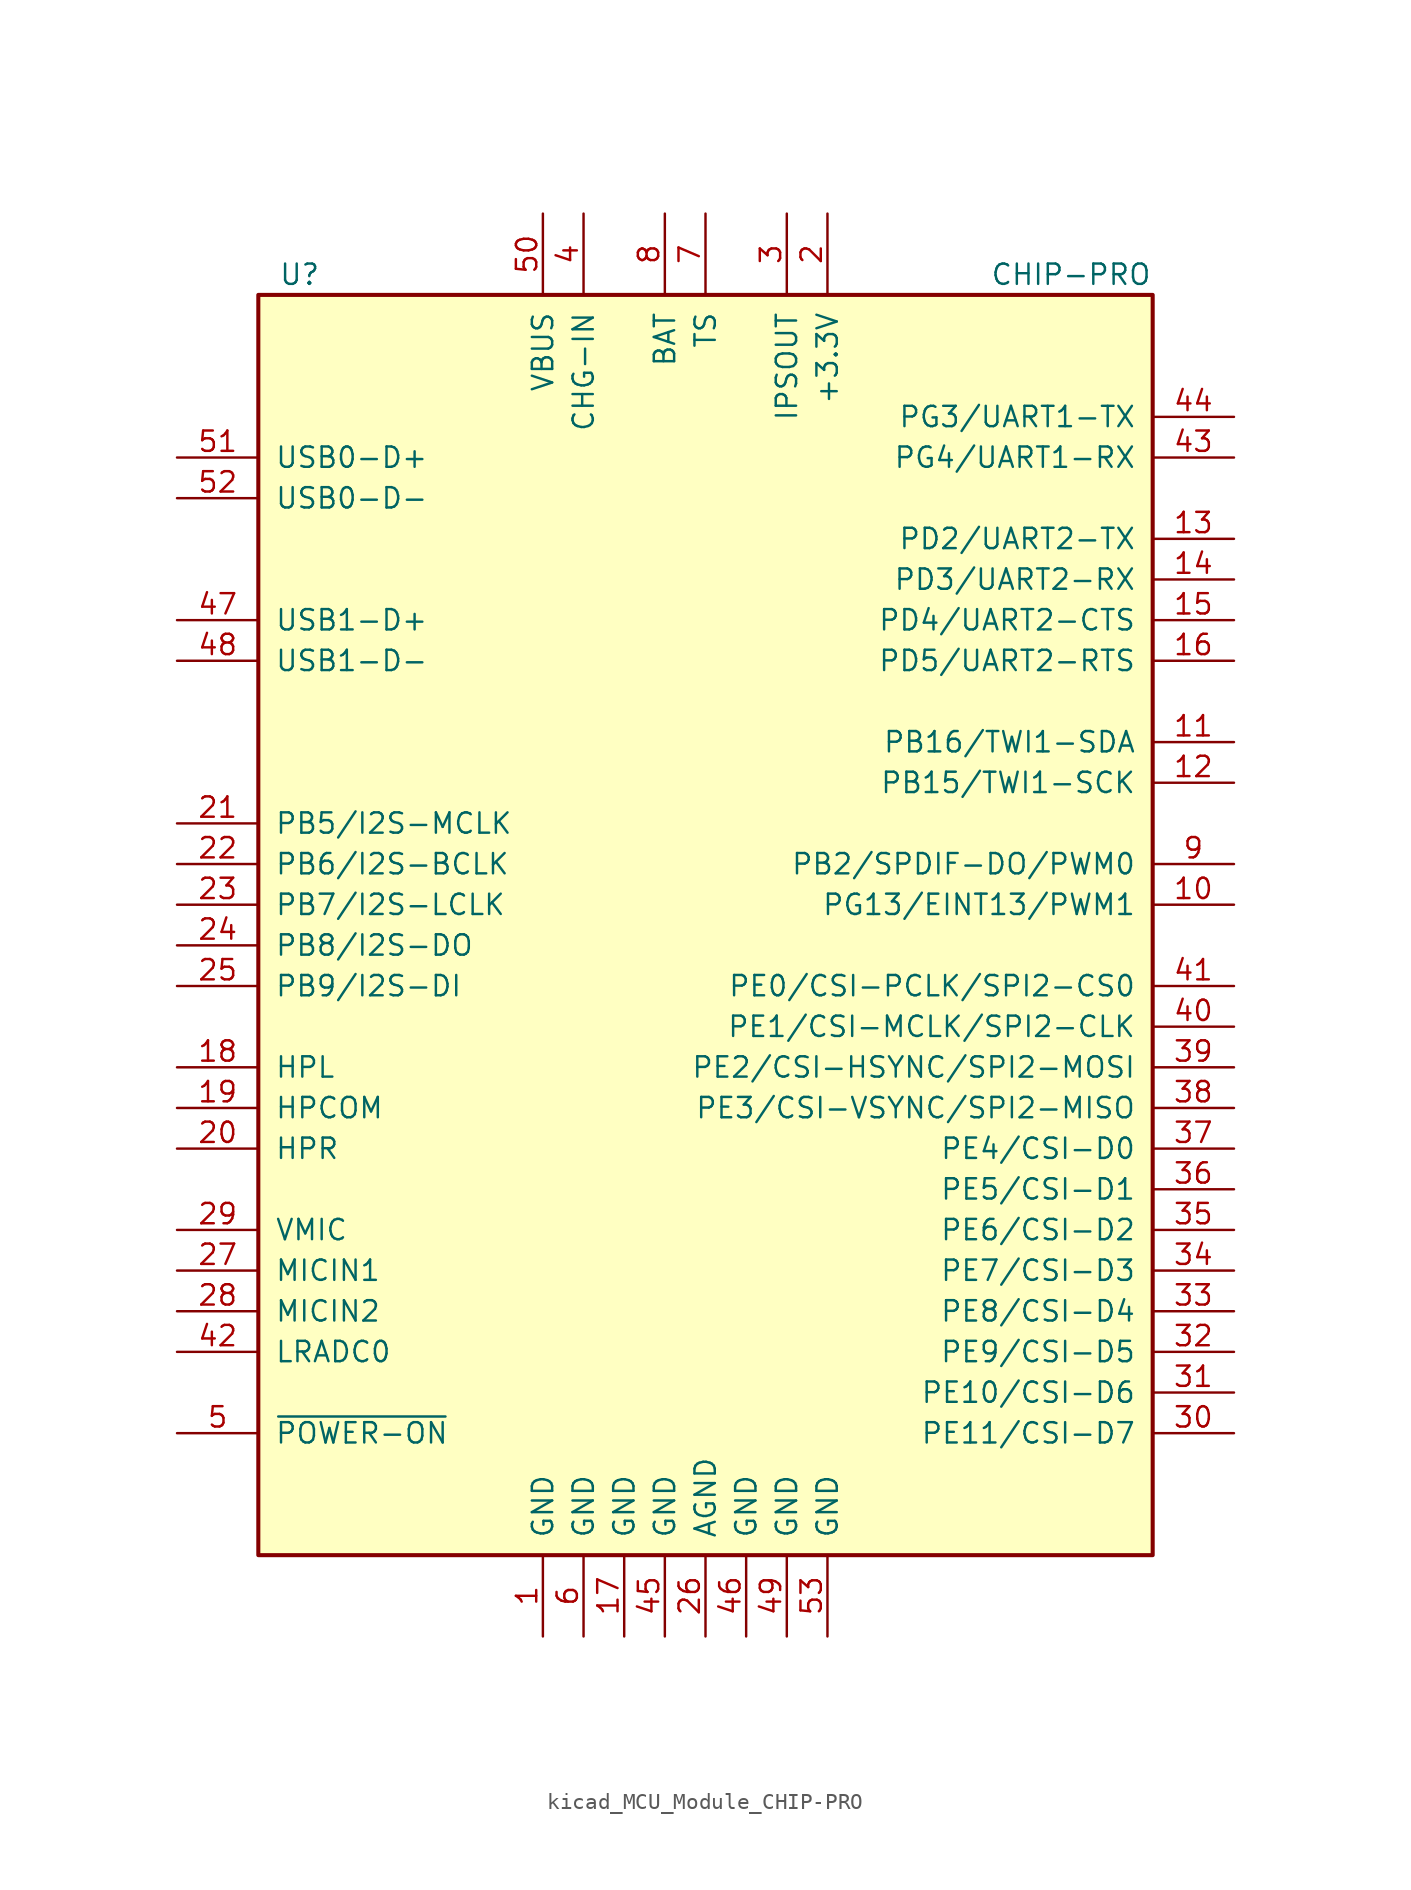
<source format=kicad_sym>
(kicad_symbol_lib
  (version 20220914)
  (generator kicad_symbol_editor)
  (symbol "kicad_MCU_Module_CHIP-PRO"
    (pin_names
      (offset 1.016))
    (property "Reference" "U"
      (at -26.67 39.37 0)
      (effects (font (size 1.27 1.27)) (justify left)))
    (property "Value" "CHIP-PRO"
      (at 17.78 39.37 0)
      (effects (font (size 1.27 1.27)) (justify left)))
    (symbol "kicad_MCU_Module_CHIP-PRO_0_1"
      (rectangle (start -27.94 38.1) (end 27.94 -40.64) (stroke (width 0.254) (type default)) (fill (type background))))
    (symbol "kicad_MCU_Module_CHIP-PRO_1_1"
      (pin power_in line (at -10.16 -45.72 90) (length 5.08) (name "GND" (effects (font (size 1.27 1.27)))) (number "1" (effects (font (size 1.27 1.27)))))
      (pin bidirectional line (at 33.02 0 180) (length 5.08) (name "PG13/EINT13/PWM1" (effects (font (size 1.27 1.27)))) (number "10" (effects (font (size 1.27 1.27)))))
      (pin bidirectional line (at 33.02 10.16 180) (length 5.08) (name "PB16/TWI1-SDA" (effects (font (size 1.27 1.27)))) (number "11" (effects (font (size 1.27 1.27)))))
      (pin bidirectional line (at 33.02 7.62 180) (length 5.08) (name "PB15/TWI1-SCK" (effects (font (size 1.27 1.27)))) (number "12" (effects (font (size 1.27 1.27)))))
      (pin bidirectional line (at 33.02 22.86 180) (length 5.08) (name "PD2/UART2-TX" (effects (font (size 1.27 1.27)))) (number "13" (effects (font (size 1.27 1.27)))))
      (pin bidirectional line (at 33.02 20.32 180) (length 5.08) (name "PD3/UART2-RX" (effects (font (size 1.27 1.27)))) (number "14" (effects (font (size 1.27 1.27)))))
      (pin bidirectional line (at 33.02 17.78 180) (length 5.08) (name "PD4/UART2-CTS" (effects (font (size 1.27 1.27)))) (number "15" (effects (font (size 1.27 1.27)))))
      (pin bidirectional line (at 33.02 15.24 180) (length 5.08) (name "PD5/UART2-RTS" (effects (font (size 1.27 1.27)))) (number "16" (effects (font (size 1.27 1.27)))))
      (pin power_in line (at -5.08 -45.72 90) (length 5.08) (name "GND" (effects (font (size 1.27 1.27)))) (number "17" (effects (font (size 1.27 1.27)))))
      (pin output line (at -33.02 -10.16 0) (length 5.08) (name "HPL" (effects (font (size 1.27 1.27)))) (number "18" (effects (font (size 1.27 1.27)))))
      (pin output line (at -33.02 -12.7 0) (length 5.08) (name "HPCOM" (effects (font (size 1.27 1.27)))) (number "19" (effects (font (size 1.27 1.27)))))
      (pin power_out line (at 7.62 43.18 270) (length 5.08) (name "+3.3V" (effects (font (size 1.27 1.27)))) (number "2" (effects (font (size 1.27 1.27)))))
      (pin output line (at -33.02 -15.24 0) (length 5.08) (name "HPR" (effects (font (size 1.27 1.27)))) (number "20" (effects (font (size 1.27 1.27)))))
      (pin bidirectional line (at -33.02 5.08 0) (length 5.08) (name "PB5/I2S-MCLK" (effects (font (size 1.27 1.27)))) (number "21" (effects (font (size 1.27 1.27)))))
      (pin bidirectional line (at -33.02 2.54 0) (length 5.08) (name "PB6/I2S-BCLK" (effects (font (size 1.27 1.27)))) (number "22" (effects (font (size 1.27 1.27)))))
      (pin bidirectional line (at -33.02 0 0) (length 5.08) (name "PB7/I2S-LCLK" (effects (font (size 1.27 1.27)))) (number "23" (effects (font (size 1.27 1.27)))))
      (pin bidirectional line (at -33.02 -2.54 0) (length 5.08) (name "PB8/I2S-DO" (effects (font (size 1.27 1.27)))) (number "24" (effects (font (size 1.27 1.27)))))
      (pin bidirectional line (at -33.02 -5.08 0) (length 5.08) (name "PB9/I2S-DI" (effects (font (size 1.27 1.27)))) (number "25" (effects (font (size 1.27 1.27)))))
      (pin power_in line (at 0 -45.72 90) (length 5.08) (name "AGND" (effects (font (size 1.27 1.27)))) (number "26" (effects (font (size 1.27 1.27)))))
      (pin input line (at -33.02 -22.86 0) (length 5.08) (name "MICIN1" (effects (font (size 1.27 1.27)))) (number "27" (effects (font (size 1.27 1.27)))))
      (pin input line (at -33.02 -25.4 0) (length 5.08) (name "MICIN2" (effects (font (size 1.27 1.27)))) (number "28" (effects (font (size 1.27 1.27)))))
      (pin unspecified line (at -33.02 -20.32 0) (length 5.08) (name "VMIC" (effects (font (size 1.27 1.27)))) (number "29" (effects (font (size 1.27 1.27)))))
      (pin power_out line (at 5.08 43.18 270) (length 5.08) (name "IPSOUT" (effects (font (size 1.27 1.27)))) (number "3" (effects (font (size 1.27 1.27)))))
      (pin bidirectional line (at 33.02 -33.02 180) (length 5.08) (name "PE11/CSI-D7" (effects (font (size 1.27 1.27)))) (number "30" (effects (font (size 1.27 1.27)))))
      (pin bidirectional line (at 33.02 -30.48 180) (length 5.08) (name "PE10/CSI-D6" (effects (font (size 1.27 1.27)))) (number "31" (effects (font (size 1.27 1.27)))))
      (pin bidirectional line (at 33.02 -27.94 180) (length 5.08) (name "PE9/CSI-D5" (effects (font (size 1.27 1.27)))) (number "32" (effects (font (size 1.27 1.27)))))
      (pin bidirectional line (at 33.02 -25.4 180) (length 5.08) (name "PE8/CSI-D4" (effects (font (size 1.27 1.27)))) (number "33" (effects (font (size 1.27 1.27)))))
      (pin bidirectional line (at 33.02 -22.86 180) (length 5.08) (name "PE7/CSI-D3" (effects (font (size 1.27 1.27)))) (number "34" (effects (font (size 1.27 1.27)))))
      (pin bidirectional line (at 33.02 -20.32 180) (length 5.08) (name "PE6/CSI-D2" (effects (font (size 1.27 1.27)))) (number "35" (effects (font (size 1.27 1.27)))))
      (pin bidirectional line (at 33.02 -17.78 180) (length 5.08) (name "PE5/CSI-D1" (effects (font (size 1.27 1.27)))) (number "36" (effects (font (size 1.27 1.27)))))
      (pin bidirectional line (at 33.02 -15.24 180) (length 5.08) (name "PE4/CSI-D0" (effects (font (size 1.27 1.27)))) (number "37" (effects (font (size 1.27 1.27)))))
      (pin bidirectional line (at 33.02 -12.7 180) (length 5.08) (name "PE3/CSI-VSYNC/SPI2-MISO" (effects (font (size 1.27 1.27)))) (number "38" (effects (font (size 1.27 1.27)))))
      (pin bidirectional line (at 33.02 -10.16 180) (length 5.08) (name "PE2/CSI-HSYNC/SPI2-MOSI" (effects (font (size 1.27 1.27)))) (number "39" (effects (font (size 1.27 1.27)))))
      (pin power_in line (at -7.62 43.18 270) (length 5.08) (name "CHG-IN" (effects (font (size 1.27 1.27)))) (number "4" (effects (font (size 1.27 1.27)))))
      (pin bidirectional line (at 33.02 -7.62 180) (length 5.08) (name "PE1/CSI-MCLK/SPI2-CLK" (effects (font (size 1.27 1.27)))) (number "40" (effects (font (size 1.27 1.27)))))
      (pin bidirectional line (at 33.02 -5.08 180) (length 5.08) (name "PE0/CSI-PCLK/SPI2-CS0" (effects (font (size 1.27 1.27)))) (number "41" (effects (font (size 1.27 1.27)))))
      (pin power_out line (at -33.02 -27.94 0) (length 5.08) (name "LRADC0" (effects (font (size 1.27 1.27)))) (number "42" (effects (font (size 1.27 1.27)))))
      (pin input line (at 33.02 27.94 180) (length 5.08) (name "PG4/UART1-RX" (effects (font (size 1.27 1.27)))) (number "43" (effects (font (size 1.27 1.27)))))
      (pin bidirectional line (at 33.02 30.48 180) (length 5.08) (name "PG3/UART1-TX" (effects (font (size 1.27 1.27)))) (number "44" (effects (font (size 1.27 1.27)))))
      (pin power_in line (at -2.54 -45.72 90) (length 5.08) (name "GND" (effects (font (size 1.27 1.27)))) (number "45" (effects (font (size 1.27 1.27)))))
      (pin power_in line (at 2.54 -45.72 90) (length 5.08) (name "GND" (effects (font (size 1.27 1.27)))) (number "46" (effects (font (size 1.27 1.27)))))
      (pin bidirectional line (at -33.02 17.78 0) (length 5.08) (name "USB1-D+" (effects (font (size 1.27 1.27)))) (number "47" (effects (font (size 1.27 1.27)))))
      (pin bidirectional line (at -33.02 15.24 0) (length 5.08) (name "USB1-D-" (effects (font (size 1.27 1.27)))) (number "48" (effects (font (size 1.27 1.27)))))
      (pin power_in line (at 5.08 -45.72 90) (length 5.08) (name "GND" (effects (font (size 1.27 1.27)))) (number "49" (effects (font (size 1.27 1.27)))))
      (pin input line (at -33.02 -33.02 0) (length 5.08) (name "~{POWER-ON}" (effects (font (size 1.27 1.27)))) (number "5" (effects (font (size 1.27 1.27)))))
      (pin power_in line (at -10.16 43.18 270) (length 5.08) (name "VBUS" (effects (font (size 1.27 1.27)))) (number "50" (effects (font (size 1.27 1.27)))))
      (pin bidirectional line (at -33.02 27.94 0) (length 5.08) (name "USB0-D+" (effects (font (size 1.27 1.27)))) (number "51" (effects (font (size 1.27 1.27)))))
      (pin bidirectional line (at -33.02 25.4 0) (length 5.08) (name "USB0-D-" (effects (font (size 1.27 1.27)))) (number "52" (effects (font (size 1.27 1.27)))))
      (pin power_in line (at 7.62 -45.72 90) (length 5.08) (name "GND" (effects (font (size 1.27 1.27)))) (number "53" (effects (font (size 1.27 1.27)))))
      (pin power_in line (at -7.62 -45.72 90) (length 5.08) (name "GND" (effects (font (size 1.27 1.27)))) (number "6" (effects (font (size 1.27 1.27)))))
      (pin input line (at 0 43.18 270) (length 5.08) (name "TS" (effects (font (size 1.27 1.27)))) (number "7" (effects (font (size 1.27 1.27)))))
      (pin power_in line (at -2.54 43.18 270) (length 5.08) (name "BAT" (effects (font (size 1.27 1.27)))) (number "8" (effects (font (size 1.27 1.27)))))
      (pin bidirectional line (at 33.02 2.54 180) (length 5.08) (name "PB2/SPDIF-DO/PWM0" (effects (font (size 1.27 1.27)))) (number "9" (effects (font (size 1.27 1.27))))))))
</source>
